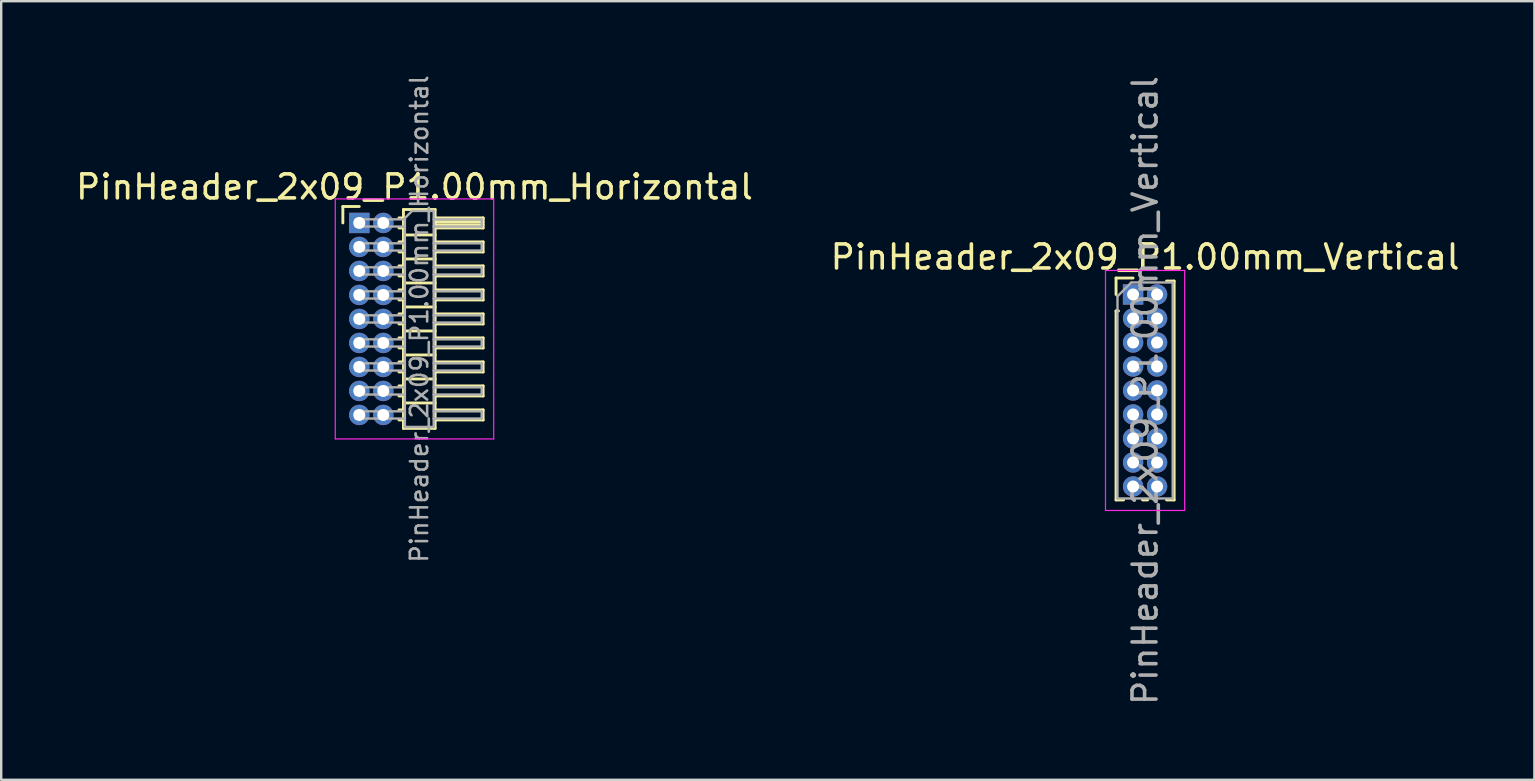
<source format=kicad_pcb>
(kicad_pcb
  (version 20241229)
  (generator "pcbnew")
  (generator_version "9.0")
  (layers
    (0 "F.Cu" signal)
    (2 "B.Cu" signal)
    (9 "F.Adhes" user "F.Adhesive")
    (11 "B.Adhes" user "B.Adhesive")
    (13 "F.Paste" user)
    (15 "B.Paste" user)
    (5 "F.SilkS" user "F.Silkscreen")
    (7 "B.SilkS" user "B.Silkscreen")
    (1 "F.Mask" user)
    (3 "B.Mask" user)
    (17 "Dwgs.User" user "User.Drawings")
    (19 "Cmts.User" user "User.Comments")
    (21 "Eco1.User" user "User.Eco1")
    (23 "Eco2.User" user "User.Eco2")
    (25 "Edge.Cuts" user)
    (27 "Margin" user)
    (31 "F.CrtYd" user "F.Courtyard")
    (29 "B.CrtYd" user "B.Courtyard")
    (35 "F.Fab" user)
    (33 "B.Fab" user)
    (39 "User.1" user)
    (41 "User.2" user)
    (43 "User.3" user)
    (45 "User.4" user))
  (footprint "PinHeader_2x09_P1.00mm_Horizontal"
    (layer "F.Cu")
    (at 11.92 6.239)
    (property "Reference" "PinHeader_2x09_P1.00mm_Horizontal" (at 2.3 -1.5 0) (layer "F.SilkS") (effects (font (size 1 1) (thickness 0.15))))
    (attr through_hole)
    (fp_line (start -0.685 -0.685) (end 0 -0.685) (stroke (width 0.12) (type solid)) (layer "F.SilkS"))
    (fp_line (start -0.685 0) (end -0.685 -0.685) (stroke (width 0.12) (type solid)) (layer "F.SilkS"))
    (fp_line (start 1.652 -0.21) (end 1.84 -0.21) (stroke (width 0.12) (type solid)) (layer "F.SilkS"))
    (fp_line (start 1.652 0.21) (end 1.84 0.21) (stroke (width 0.12) (type solid)) (layer "F.SilkS"))
    (fp_line (start 1.652 0.79) (end 1.84 0.79) (stroke (width 0.12) (type solid)) (layer "F.SilkS"))
    (fp_line (start 1.652 1.21) (end 1.84 1.21) (stroke (width 0.12) (type solid)) (layer "F.SilkS"))
    (fp_line (start 1.652 1.79) (end 1.84 1.79) (stroke (width 0.12) (type solid)) (layer "F.SilkS"))
    (fp_line (start 1.652 2.21) (end 1.84 2.21) (stroke (width 0.12) (type solid)) (layer "F.SilkS"))
    (fp_line (start 1.652 2.79) (end 1.84 2.79) (stroke (width 0.12) (type solid)) (layer "F.SilkS"))
    (fp_line (start 1.652 3.21) (end 1.84 3.21) (stroke (width 0.12) (type solid)) (layer "F.SilkS"))
    (fp_line (start 1.652 3.79) (end 1.84 3.79) (stroke (width 0.12) (type solid)) (layer "F.SilkS"))
    (fp_line (start 1.652 4.21) (end 1.84 4.21) (stroke (width 0.12) (type solid)) (layer "F.SilkS"))
    (fp_line (start 1.652 4.79) (end 1.84 4.79) (stroke (width 0.12) (type solid)) (layer "F.SilkS"))
    (fp_line (start 1.652 5.21) (end 1.84 5.21) (stroke (width 0.12) (type solid)) (layer "F.SilkS"))
    (fp_line (start 1.652 5.79) (end 1.84 5.79) (stroke (width 0.12) (type solid)) (layer "F.SilkS"))
    (fp_line (start 1.652 6.21) (end 1.84 6.21) (stroke (width 0.12) (type solid)) (layer "F.SilkS"))
    (fp_line (start 1.652 6.79) (end 1.84 6.79) (stroke (width 0.12) (type solid)) (layer "F.SilkS"))
    (fp_line (start 1.652 7.21) (end 1.84 7.21) (stroke (width 0.12) (type solid)) (layer "F.SilkS"))
    (fp_line (start 1.652 7.79) (end 1.84 7.79) (stroke (width 0.12) (type solid)) (layer "F.SilkS"))
    (fp_line (start 1.652 8.21) (end 1.84 8.21) (stroke (width 0.12) (type solid)) (layer "F.SilkS"))
    (fp_line (start 1.84 -0.56) (end 1.84 8.56) (stroke (width 0.12) (type solid)) (layer "F.SilkS"))
    (fp_line (start 1.84 0.5) (end 3.16 0.5) (stroke (width 0.12) (type solid)) (layer "F.SilkS"))
    (fp_line (start 1.84 1.5) (end 3.16 1.5) (stroke (width 0.12) (type solid)) (layer "F.SilkS"))
    (fp_line (start 1.84 2.5) (end 3.16 2.5) (stroke (width 0.12) (type solid)) (layer "F.SilkS"))
    (fp_line (start 1.84 3.5) (end 3.16 3.5) (stroke (width 0.12) (type solid)) (layer "F.SilkS"))
    (fp_line (start 1.84 4.5) (end 3.16 4.5) (stroke (width 0.12) (type solid)) (layer "F.SilkS"))
    (fp_line (start 1.84 5.5) (end 3.16 5.5) (stroke (width 0.12) (type solid)) (layer "F.SilkS"))
    (fp_line (start 1.84 6.5) (end 3.16 6.5) (stroke (width 0.12) (type solid)) (layer "F.SilkS"))
    (fp_line (start 1.84 7.5) (end 3.16 7.5) (stroke (width 0.12) (type solid)) (layer "F.SilkS"))
    (fp_line (start 1.84 8.56) (end 3.16 8.56) (stroke (width 0.12) (type solid)) (layer "F.SilkS"))
    (fp_line (start 3.16 -0.56) (end 1.84 -0.56) (stroke (width 0.12) (type solid)) (layer "F.SilkS"))
    (fp_line (start 3.16 -0.21) (end 5.16 -0.21) (stroke (width 0.12) (type solid)) (layer "F.SilkS"))
    (fp_line (start 3.16 -0.15) (end 5.16 -0.15) (stroke (width 0.12) (type solid)) (layer "F.SilkS"))
    (fp_line (start 3.16 -0.03) (end 5.16 -0.03) (stroke (width 0.12) (type solid)) (layer "F.SilkS"))
    (fp_line (start 3.16 0.09) (end 5.16 0.09) (stroke (width 0.12) (type solid)) (layer "F.SilkS"))
    (fp_line (start 3.16 0.79) (end 5.16 0.79) (stroke (width 0.12) (type solid)) (layer "F.SilkS"))
    (fp_line (start 3.16 1.79) (end 5.16 1.79) (stroke (width 0.12) (type solid)) (layer "F.SilkS"))
    (fp_line (start 3.16 2.79) (end 5.16 2.79) (stroke (width 0.12) (type solid)) (layer "F.SilkS"))
    (fp_line (start 3.16 3.79) (end 5.16 3.79) (stroke (width 0.12) (type solid)) (layer "F.SilkS"))
    (fp_line (start 3.16 4.79) (end 5.16 4.79) (stroke (width 0.12) (type solid)) (layer "F.SilkS"))
    (fp_line (start 3.16 5.79) (end 5.16 5.79) (stroke (width 0.12) (type solid)) (layer "F.SilkS"))
    (fp_line (start 3.16 6.79) (end 5.16 6.79) (stroke (width 0.12) (type solid)) (layer "F.SilkS"))
    (fp_line (start 3.16 7.79) (end 5.16 7.79) (stroke (width 0.12) (type solid)) (layer "F.SilkS"))
    (fp_line (start 3.16 8.56) (end 3.16 -0.56) (stroke (width 0.12) (type solid)) (layer "F.SilkS"))
    (fp_line (start 5.16 -0.21) (end 5.16 0.21) (stroke (width 0.12) (type solid)) (layer "F.SilkS"))
    (fp_line (start 5.16 0.21) (end 3.16 0.21) (stroke (width 0.12) (type solid)) (layer "F.SilkS"))
    (fp_line (start 5.16 0.79) (end 5.16 1.21) (stroke (width 0.12) (type solid)) (layer "F.SilkS"))
    (fp_line (start 5.16 1.21) (end 3.16 1.21) (stroke (width 0.12) (type solid)) (layer "F.SilkS"))
    (fp_line (start 5.16 1.79) (end 5.16 2.21) (stroke (width 0.12) (type solid)) (layer "F.SilkS"))
    (fp_line (start 5.16 2.21) (end 3.16 2.21) (stroke (width 0.12) (type solid)) (layer "F.SilkS"))
    (fp_line (start 5.16 2.79) (end 5.16 3.21) (stroke (width 0.12) (type solid)) (layer "F.SilkS"))
    (fp_line (start 5.16 3.21) (end 3.16 3.21) (stroke (width 0.12) (type solid)) (layer "F.SilkS"))
    (fp_line (start 5.16 3.79) (end 5.16 4.21) (stroke (width 0.12) (type solid)) (layer "F.SilkS"))
    (fp_line (start 5.16 4.21) (end 3.16 4.21) (stroke (width 0.12) (type solid)) (layer "F.SilkS"))
    (fp_line (start 5.16 4.79) (end 5.16 5.21) (stroke (width 0.12) (type solid)) (layer "F.SilkS"))
    (fp_line (start 5.16 5.21) (end 3.16 5.21) (stroke (width 0.12) (type solid)) (layer "F.SilkS"))
    (fp_line (start 5.16 5.79) (end 5.16 6.21) (stroke (width 0.12) (type solid)) (layer "F.SilkS"))
    (fp_line (start 5.16 6.21) (end 3.16 6.21) (stroke (width 0.12) (type solid)) (layer "F.SilkS"))
    (fp_line (start 5.16 6.79) (end 5.16 7.21) (stroke (width 0.12) (type solid)) (layer "F.SilkS"))
    (fp_line (start 5.16 7.21) (end 3.16 7.21) (stroke (width 0.12) (type solid)) (layer "F.SilkS"))
    (fp_line (start 5.16 7.79) (end 5.16 8.21) (stroke (width 0.12) (type solid)) (layer "F.SilkS"))
    (fp_line (start 5.16 8.21) (end 3.16 8.21) (stroke (width 0.12) (type solid)) (layer "F.SilkS"))
    (fp_line (start -1 -1) (end -1 9) (stroke (width 0.05) (type solid)) (layer "F.CrtYd"))
    (fp_line (start -1 9) (end 5.6 9) (stroke (width 0.05) (type solid)) (layer "F.CrtYd"))
    (fp_line (start 5.6 -1) (end -1 -1) (stroke (width 0.05) (type solid)) (layer "F.CrtYd"))
    (fp_line (start 5.6 9) (end 5.6 -1) (stroke (width 0.05) (type solid)) (layer "F.CrtYd"))
    (fp_line (start -0.15 -0.15) (end -0.15 0.15) (stroke (width 0.1) (type solid)) (layer "F.Fab"))
    (fp_line (start -0.15 -0.15) (end 1.9 -0.15) (stroke (width 0.1) (type solid)) (layer "F.Fab"))
    (fp_line (start -0.15 0.15) (end 1.9 0.15) (stroke (width 0.1) (type solid)) (layer "F.Fab"))
    (fp_line (start -0.15 0.85) (end -0.15 1.15) (stroke (width 0.1) (type solid)) (layer "F.Fab"))
    (fp_line (start -0.15 0.85) (end 1.9 0.85) (stroke (width 0.1) (type solid)) (layer "F.Fab"))
    (fp_line (start -0.15 1.15) (end 1.9 1.15) (stroke (width 0.1) (type solid)) (layer "F.Fab"))
    (fp_line (start -0.15 1.85) (end -0.15 2.15) (stroke (width 0.1) (type solid)) (layer "F.Fab"))
    (fp_line (start -0.15 1.85) (end 1.9 1.85) (stroke (width 0.1) (type solid)) (layer "F.Fab"))
    (fp_line (start -0.15 2.15) (end 1.9 2.15) (stroke (width 0.1) (type solid)) (layer "F.Fab"))
    (fp_line (start -0.15 2.85) (end -0.15 3.15) (stroke (width 0.1) (type solid)) (layer "F.Fab"))
    (fp_line (start -0.15 2.85) (end 1.9 2.85) (stroke (width 0.1) (type solid)) (layer "F.Fab"))
    (fp_line (start -0.15 3.15) (end 1.9 3.15) (stroke (width 0.1) (type solid)) (layer "F.Fab"))
    (fp_line (start -0.15 3.85) (end -0.15 4.15) (stroke (width 0.1) (type solid)) (layer "F.Fab"))
    (fp_line (start -0.15 3.85) (end 1.9 3.85) (stroke (width 0.1) (type solid)) (layer "F.Fab"))
    (fp_line (start -0.15 4.15) (end 1.9 4.15) (stroke (width 0.1) (type solid)) (layer "F.Fab"))
    (fp_line (start -0.15 4.85) (end -0.15 5.15) (stroke (width 0.1) (type solid)) (layer "F.Fab"))
    (fp_line (start -0.15 4.85) (end 1.9 4.85) (stroke (width 0.1) (type solid)) (layer "F.Fab"))
    (fp_line (start -0.15 5.15) (end 1.9 5.15) (stroke (width 0.1) (type solid)) (layer "F.Fab"))
    (fp_line (start -0.15 5.85) (end -0.15 6.15) (stroke (width 0.1) (type solid)) (layer "F.Fab"))
    (fp_line (start -0.15 5.85) (end 1.9 5.85) (stroke (width 0.1) (type solid)) (layer "F.Fab"))
    (fp_line (start -0.15 6.15) (end 1.9 6.15) (stroke (width 0.1) (type solid)) (layer "F.Fab"))
    (fp_line (start -0.15 6.85) (end -0.15 7.15) (stroke (width 0.1) (type solid)) (layer "F.Fab"))
    (fp_line (start -0.15 6.85) (end 1.9 6.85) (stroke (width 0.1) (type solid)) (layer "F.Fab"))
    (fp_line (start -0.15 7.15) (end 1.9 7.15) (stroke (width 0.1) (type solid)) (layer "F.Fab"))
    (fp_line (start -0.15 7.85) (end -0.15 8.15) (stroke (width 0.1) (type solid)) (layer "F.Fab"))
    (fp_line (start -0.15 7.85) (end 1.9 7.85) (stroke (width 0.1) (type solid)) (layer "F.Fab"))
    (fp_line (start -0.15 8.15) (end 1.9 8.15) (stroke (width 0.1) (type solid)) (layer "F.Fab"))
    (fp_line (start 1.9 -0.2) (end 2.2 -0.5) (stroke (width 0.1) (type solid)) (layer "F.Fab"))
    (fp_line (start 1.9 8.5) (end 1.9 -0.2) (stroke (width 0.1) (type solid)) (layer "F.Fab"))
    (fp_line (start 2.2 -0.5) (end 3.1 -0.5) (stroke (width 0.1) (type solid)) (layer "F.Fab"))
    (fp_line (start 3.1 -0.5) (end 3.1 8.5) (stroke (width 0.1) (type solid)) (layer "F.Fab"))
    (fp_line (start 3.1 -0.15) (end 5.1 -0.15) (stroke (width 0.1) (type solid)) (layer "F.Fab"))
    (fp_line (start 3.1 0.15) (end 5.1 0.15) (stroke (width 0.1) (type solid)) (layer "F.Fab"))
    (fp_line (start 3.1 0.85) (end 5.1 0.85) (stroke (width 0.1) (type solid)) (layer "F.Fab"))
    (fp_line (start 3.1 1.15) (end 5.1 1.15) (stroke (width 0.1) (type solid)) (layer "F.Fab"))
    (fp_line (start 3.1 1.85) (end 5.1 1.85) (stroke (width 0.1) (type solid)) (layer "F.Fab"))
    (fp_line (start 3.1 2.15) (end 5.1 2.15) (stroke (width 0.1) (type solid)) (layer "F.Fab"))
    (fp_line (start 3.1 2.85) (end 5.1 2.85) (stroke (width 0.1) (type solid)) (layer "F.Fab"))
    (fp_line (start 3.1 3.15) (end 5.1 3.15) (stroke (width 0.1) (type solid)) (layer "F.Fab"))
    (fp_line (start 3.1 3.85) (end 5.1 3.85) (stroke (width 0.1) (type solid)) (layer "F.Fab"))
    (fp_line (start 3.1 4.15) (end 5.1 4.15) (stroke (width 0.1) (type solid)) (layer "F.Fab"))
    (fp_line (start 3.1 4.85) (end 5.1 4.85) (stroke (width 0.1) (type solid)) (layer "F.Fab"))
    (fp_line (start 3.1 5.15) (end 5.1 5.15) (stroke (width 0.1) (type solid)) (layer "F.Fab"))
    (fp_line (start 3.1 5.85) (end 5.1 5.85) (stroke (width 0.1) (type solid)) (layer "F.Fab"))
    (fp_line (start 3.1 6.15) (end 5.1 6.15) (stroke (width 0.1) (type solid)) (layer "F.Fab"))
    (fp_line (start 3.1 6.85) (end 5.1 6.85) (stroke (width 0.1) (type solid)) (layer "F.Fab"))
    (fp_line (start 3.1 7.15) (end 5.1 7.15) (stroke (width 0.1) (type solid)) (layer "F.Fab"))
    (fp_line (start 3.1 7.85) (end 5.1 7.85) (stroke (width 0.1) (type solid)) (layer "F.Fab"))
    (fp_line (start 3.1 8.15) (end 5.1 8.15) (stroke (width 0.1) (type solid)) (layer "F.Fab"))
    (fp_line (start 3.1 8.5) (end 1.9 8.5) (stroke (width 0.1) (type solid)) (layer "F.Fab"))
    (fp_line (start 5.1 -0.15) (end 5.1 0.15) (stroke (width 0.1) (type solid)) (layer "F.Fab"))
    (fp_line (start 5.1 0.85) (end 5.1 1.15) (stroke (width 0.1) (type solid)) (layer "F.Fab"))
    (fp_line (start 5.1 1.85) (end 5.1 2.15) (stroke (width 0.1) (type solid)) (layer "F.Fab"))
    (fp_line (start 5.1 2.85) (end 5.1 3.15) (stroke (width 0.1) (type solid)) (layer "F.Fab"))
    (fp_line (start 5.1 3.85) (end 5.1 4.15) (stroke (width 0.1) (type solid)) (layer "F.Fab"))
    (fp_line (start 5.1 4.85) (end 5.1 5.15) (stroke (width 0.1) (type solid)) (layer "F.Fab"))
    (fp_line (start 5.1 5.85) (end 5.1 6.15) (stroke (width 0.1) (type solid)) (layer "F.Fab"))
    (fp_line (start 5.1 6.85) (end 5.1 7.15) (stroke (width 0.1) (type solid)) (layer "F.Fab"))
    (fp_line (start 5.1 7.85) (end 5.1 8.15) (stroke (width 0.1) (type solid)) (layer "F.Fab"))
    (fp_text user "${REFERENCE}" (at 2.5 4 90) (layer "F.Fab") (effects (font (size 0.72 0.72) (thickness 0.108))))
    (pad "1" thru_hole rect (at 0 0) (size 0.85 0.85) (drill 0.5) (layers "*.Cu" "*.Mask"))
    (pad "2" thru_hole oval (at 1 0) (size 0.85 0.85) (drill 0.5) (layers "*.Cu" "*.Mask"))
    (pad "3" thru_hole oval (at 0 1) (size 0.85 0.85) (drill 0.5) (layers "*.Cu" "*.Mask"))
    (pad "4" thru_hole oval (at 1 1) (size 0.85 0.85) (drill 0.5) (layers "*.Cu" "*.Mask"))
    (pad "5" thru_hole oval (at 0 2) (size 0.85 0.85) (drill 0.5) (layers "*.Cu" "*.Mask"))
    (pad "6" thru_hole oval (at 1 2) (size 0.85 0.85) (drill 0.5) (layers "*.Cu" "*.Mask"))
    (pad "7" thru_hole oval (at 0 3) (size 0.85 0.85) (drill 0.5) (layers "*.Cu" "*.Mask"))
    (pad "8" thru_hole oval (at 1 3) (size 0.85 0.85) (drill 0.5) (layers "*.Cu" "*.Mask"))
    (pad "9" thru_hole oval (at 0 4) (size 0.85 0.85) (drill 0.5) (layers "*.Cu" "*.Mask"))
    (pad "10" thru_hole oval (at 1 4) (size 0.85 0.85) (drill 0.5) (layers "*.Cu" "*.Mask"))
    (pad "11" thru_hole oval (at 0 5) (size 0.85 0.85) (drill 0.5) (layers "*.Cu" "*.Mask"))
    (pad "12" thru_hole oval (at 1 5) (size 0.85 0.85) (drill 0.5) (layers "*.Cu" "*.Mask"))
    (pad "13" thru_hole oval (at 0 6) (size 0.85 0.85) (drill 0.5) (layers "*.Cu" "*.Mask"))
    (pad "14" thru_hole oval (at 1 6) (size 0.85 0.85) (drill 0.5) (layers "*.Cu" "*.Mask"))
    (pad "15" thru_hole oval (at 0 7) (size 0.85 0.85) (drill 0.5) (layers "*.Cu" "*.Mask"))
    (pad "16" thru_hole oval (at 1 7) (size 0.85 0.85) (drill 0.5) (layers "*.Cu" "*.Mask"))
    (pad "17" thru_hole oval (at 0 8) (size 0.85 0.85) (drill 0.5) (layers "*.Cu" "*.Mask"))
    (pad "18" thru_hole oval (at 1 8) (size 0.85 0.85) (drill 0.5) (layers "*.Cu" "*.Mask")))
  (footprint "PinHeader_2x09_P1.00mm_Vertical"
    (layer "F.Cu")
    (at 44.161 9.22)
    (property "Reference" "PinHeader_2x09_P1.00mm_Vertical" (at 0.5 -1.56 0) (layer "F.SilkS") (effects (font (size 1 1) (thickness 0.15))))
    (attr through_hole)
    (fp_line (start -0.71 -0.685) (end 0 -0.685) (stroke (width 0.12) (type solid)) (layer "F.SilkS"))
    (fp_line (start -0.71 0) (end -0.71 -0.685) (stroke (width 0.12) (type solid)) (layer "F.SilkS"))
    (fp_line (start -0.71 0.685) (end -0.71 8.56) (stroke (width 0.12) (type solid)) (layer "F.SilkS"))
    (fp_line (start -0.71 0.685) (end -0.608 0.685) (stroke (width 0.12) (type solid)) (layer "F.SilkS"))
    (fp_line (start -0.71 8.56) (end -0.394 8.56) (stroke (width 0.12) (type solid)) (layer "F.SilkS"))
    (fp_line (start 0.394 8.56) (end 0.606 8.56) (stroke (width 0.12) (type solid)) (layer "F.SilkS"))
    (fp_line (start 1.394 -0.56) (end 1.71 -0.56) (stroke (width 0.12) (type solid)) (layer "F.SilkS"))
    (fp_line (start 1.394 8.56) (end 1.71 8.56) (stroke (width 0.12) (type solid)) (layer "F.SilkS"))
    (fp_line (start 1.71 -0.56) (end 1.71 8.56) (stroke (width 0.12) (type solid)) (layer "F.SilkS"))
    (fp_line (start -1.15 -1) (end -1.15 9) (stroke (width 0.05) (type solid)) (layer "F.CrtYd"))
    (fp_line (start -1.15 9) (end 2.15 9) (stroke (width 0.05) (type solid)) (layer "F.CrtYd"))
    (fp_line (start 2.15 -1) (end -1.15 -1) (stroke (width 0.05) (type solid)) (layer "F.CrtYd"))
    (fp_line (start 2.15 9) (end 2.15 -1) (stroke (width 0.05) (type solid)) (layer "F.CrtYd"))
    (fp_line (start -0.65 0.075) (end -0.075 -0.5) (stroke (width 0.1) (type solid)) (layer "F.Fab"))
    (fp_line (start -0.65 8.5) (end -0.65 0.075) (stroke (width 0.1) (type solid)) (layer "F.Fab"))
    (fp_line (start -0.075 -0.5) (end 1.65 -0.5) (stroke (width 0.1) (type solid)) (layer "F.Fab"))
    (fp_line (start 1.65 -0.5) (end 1.65 8.5) (stroke (width 0.1) (type solid)) (layer "F.Fab"))
    (fp_line (start 1.65 8.5) (end -0.65 8.5) (stroke (width 0.1) (type solid)) (layer "F.Fab"))
    (fp_text user "${REFERENCE}" (at 0.5 4 90) (layer "F.Fab") (effects (font (size 1 1) (thickness 0.15))))
    (pad "1" thru_hole rect (at 0 0) (size 0.85 0.85) (drill 0.5) (layers "*.Cu" "*.Mask"))
    (pad "2" thru_hole oval (at 1 0) (size 0.85 0.85) (drill 0.5) (layers "*.Cu" "*.Mask"))
    (pad "3" thru_hole oval (at 0 1) (size 0.85 0.85) (drill 0.5) (layers "*.Cu" "*.Mask"))
    (pad "4" thru_hole oval (at 1 1) (size 0.85 0.85) (drill 0.5) (layers "*.Cu" "*.Mask"))
    (pad "5" thru_hole oval (at 0 2) (size 0.85 0.85) (drill 0.5) (layers "*.Cu" "*.Mask"))
    (pad "6" thru_hole oval (at 1 2) (size 0.85 0.85) (drill 0.5) (layers "*.Cu" "*.Mask"))
    (pad "7" thru_hole oval (at 0 3) (size 0.85 0.85) (drill 0.5) (layers "*.Cu" "*.Mask"))
    (pad "8" thru_hole oval (at 1 3) (size 0.85 0.85) (drill 0.5) (layers "*.Cu" "*.Mask"))
    (pad "9" thru_hole oval (at 0 4) (size 0.85 0.85) (drill 0.5) (layers "*.Cu" "*.Mask"))
    (pad "10" thru_hole oval (at 1 4) (size 0.85 0.85) (drill 0.5) (layers "*.Cu" "*.Mask"))
    (pad "11" thru_hole oval (at 0 5) (size 0.85 0.85) (drill 0.5) (layers "*.Cu" "*.Mask"))
    (pad "12" thru_hole oval (at 1 5) (size 0.85 0.85) (drill 0.5) (layers "*.Cu" "*.Mask"))
    (pad "13" thru_hole oval (at 0 6) (size 0.85 0.85) (drill 0.5) (layers "*.Cu" "*.Mask"))
    (pad "14" thru_hole oval (at 1 6) (size 0.85 0.85) (drill 0.5) (layers "*.Cu" "*.Mask"))
    (pad "15" thru_hole oval (at 0 7) (size 0.85 0.85) (drill 0.5) (layers "*.Cu" "*.Mask"))
    (pad "16" thru_hole oval (at 1 7) (size 0.85 0.85) (drill 0.5) (layers "*.Cu" "*.Mask"))
    (pad "17" thru_hole oval (at 0 8) (size 0.85 0.85) (drill 0.5) (layers "*.Cu" "*.Mask"))
    (pad "18" thru_hole oval (at 1 8) (size 0.85 0.85) (drill 0.5) (layers "*.Cu" "*.Mask")))
  (gr_rect
    (start -3 -3)
    (end 60.881 29.44)
    (stroke (width 0.1) (type default))
    (fill no)
    (layer "Edge.Cuts")))
</source>
